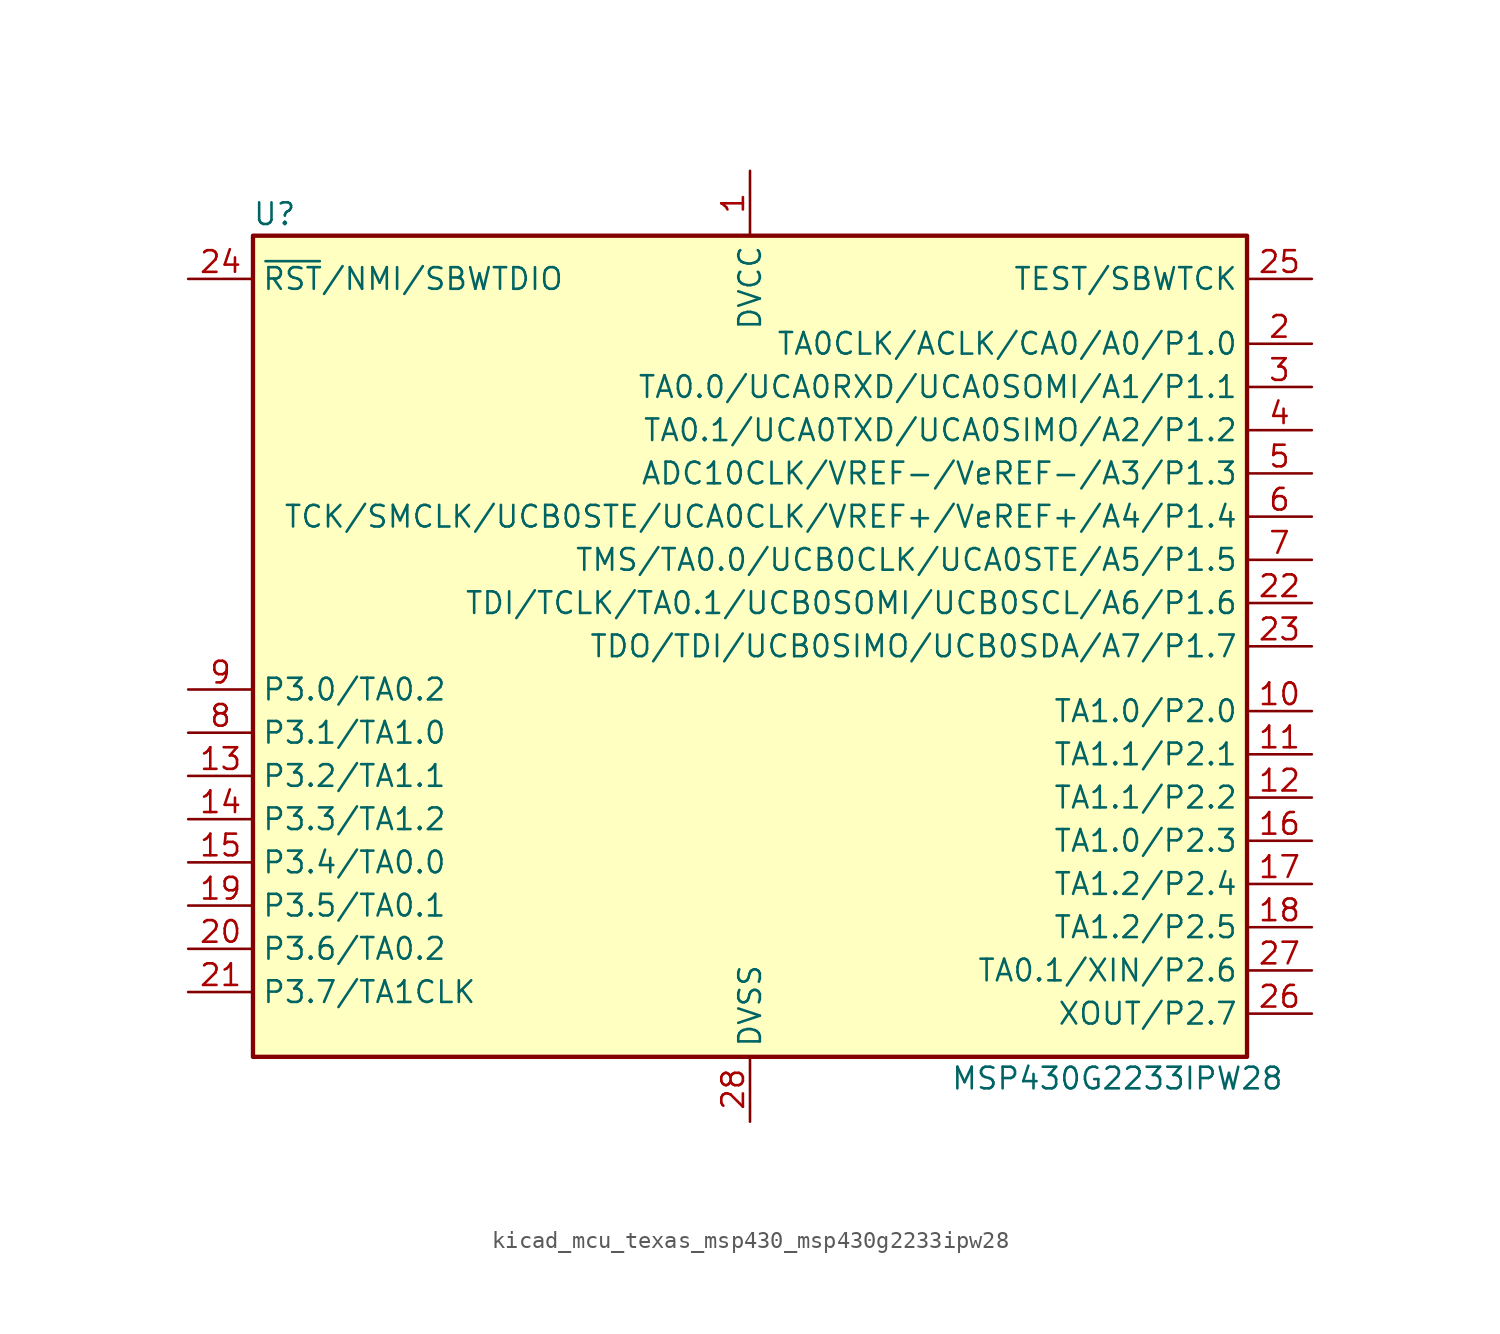
<source format=kicad_sym>
(kicad_symbol_lib
  (version 20220914)
  (generator kicad_symbol_editor)
  (symbol "kicad_mcu_texas_msp430_msp430g2233ipw28"
    (property "Reference" "U"
      (at -27.94 25.4 0)
      (effects (font (size 1.27 1.27))))
    (property "Value" "MSP430G2233IPW28"
      (at 21.59 -25.4 0)
      (effects (font (size 1.27 1.27))))
    (symbol "kicad_mcu_texas_msp430_msp430g2233ipw28_0_1"
      (rectangle (start -29.21 24.13) (end 29.21 -24.13) (stroke (width 0.254) (type default)) (fill (type background))))
    (symbol "kicad_mcu_texas_msp430_msp430g2233ipw28_1_1"
      (pin power_in line (at 0 27.94 270) (length 3.81) (name "DVCC" (effects (font (size 1.27 1.27)))) (number "1" (effects (font (size 1.27 1.27)))))
      (pin bidirectional line (at 33.02 -3.81 180) (length 3.81) (name "TA1.0/P2.0" (effects (font (size 1.27 1.27)))) (number "10" (effects (font (size 1.27 1.27)))))
      (pin bidirectional line (at 33.02 -6.35 180) (length 3.81) (name "TA1.1/P2.1" (effects (font (size 1.27 1.27)))) (number "11" (effects (font (size 1.27 1.27)))))
      (pin bidirectional line (at 33.02 -8.89 180) (length 3.81) (name "TA1.1/P2.2" (effects (font (size 1.27 1.27)))) (number "12" (effects (font (size 1.27 1.27)))))
      (pin bidirectional line (at -33.02 -7.62 0) (length 3.81) (name "P3.2/TA1.1" (effects (font (size 1.27 1.27)))) (number "13" (effects (font (size 1.27 1.27)))))
      (pin bidirectional line (at -33.02 -10.16 0) (length 3.81) (name "P3.3/TA1.2" (effects (font (size 1.27 1.27)))) (number "14" (effects (font (size 1.27 1.27)))))
      (pin bidirectional line (at -33.02 -12.7 0) (length 3.81) (name "P3.4/TA0.0" (effects (font (size 1.27 1.27)))) (number "15" (effects (font (size 1.27 1.27)))))
      (pin bidirectional line (at 33.02 -11.43 180) (length 3.81) (name "TA1.0/P2.3" (effects (font (size 1.27 1.27)))) (number "16" (effects (font (size 1.27 1.27)))))
      (pin bidirectional line (at 33.02 -13.97 180) (length 3.81) (name "TA1.2/P2.4" (effects (font (size 1.27 1.27)))) (number "17" (effects (font (size 1.27 1.27)))))
      (pin bidirectional line (at 33.02 -16.51 180) (length 3.81) (name "TA1.2/P2.5" (effects (font (size 1.27 1.27)))) (number "18" (effects (font (size 1.27 1.27)))))
      (pin bidirectional line (at -33.02 -15.24 0) (length 3.81) (name "P3.5/TA0.1" (effects (font (size 1.27 1.27)))) (number "19" (effects (font (size 1.27 1.27)))))
      (pin bidirectional line (at 33.02 17.78 180) (length 3.81) (name "TA0CLK/ACLK/CA0/A0/P1.0" (effects (font (size 1.27 1.27)))) (number "2" (effects (font (size 1.27 1.27)))))
      (pin bidirectional line (at -33.02 -17.78 0) (length 3.81) (name "P3.6/TA0.2" (effects (font (size 1.27 1.27)))) (number "20" (effects (font (size 1.27 1.27)))))
      (pin bidirectional line (at -33.02 -20.32 0) (length 3.81) (name "P3.7/TA1CLK" (effects (font (size 1.27 1.27)))) (number "21" (effects (font (size 1.27 1.27)))))
      (pin bidirectional line (at 33.02 2.54 180) (length 3.81) (name "TDI/TCLK/TA0.1/UCB0SOMI/UCB0SCL/A6/P1.6" (effects (font (size 1.27 1.27)))) (number "22" (effects (font (size 1.27 1.27)))))
      (pin bidirectional line (at 33.02 0 180) (length 3.81) (name "TDO/TDI/UCB0SIMO/UCB0SDA/A7/P1.7" (effects (font (size 1.27 1.27)))) (number "23" (effects (font (size 1.27 1.27)))))
      (pin input line (at -33.02 21.59 0) (length 3.81) (name "~{RST}/NMI/SBWTDIO" (effects (font (size 1.27 1.27)))) (number "24" (effects (font (size 1.27 1.27)))))
      (pin input line (at 33.02 21.59 180) (length 3.81) (name "TEST/SBWTCK" (effects (font (size 1.27 1.27)))) (number "25" (effects (font (size 1.27 1.27)))))
      (pin bidirectional line (at 33.02 -21.59 180) (length 3.81) (name "XOUT/P2.7" (effects (font (size 1.27 1.27)))) (number "26" (effects (font (size 1.27 1.27)))))
      (pin bidirectional line (at 33.02 -19.05 180) (length 3.81) (name "TA0.1/XIN/P2.6" (effects (font (size 1.27 1.27)))) (number "27" (effects (font (size 1.27 1.27)))))
      (pin power_in line (at 0 -27.94 90) (length 3.81) (name "DVSS" (effects (font (size 1.27 1.27)))) (number "28" (effects (font (size 1.27 1.27)))))
      (pin bidirectional line (at 33.02 15.24 180) (length 3.81) (name "TA0.0/UCA0RXD/UCA0SOMI/A1/P1.1" (effects (font (size 1.27 1.27)))) (number "3" (effects (font (size 1.27 1.27)))))
      (pin bidirectional line (at 33.02 12.7 180) (length 3.81) (name "TA0.1/UCA0TXD/UCA0SIMO/A2/P1.2" (effects (font (size 1.27 1.27)))) (number "4" (effects (font (size 1.27 1.27)))))
      (pin bidirectional line (at 33.02 10.16 180) (length 3.81) (name "ADC10CLK/VREF-/VeREF-/A3/P1.3" (effects (font (size 1.27 1.27)))) (number "5" (effects (font (size 1.27 1.27)))))
      (pin bidirectional line (at 33.02 7.62 180) (length 3.81) (name "TCK/SMCLK/UCB0STE/UCA0CLK/VREF+/VeREF+/A4/P1.4" (effects (font (size 1.27 1.27)))) (number "6" (effects (font (size 1.27 1.27)))))
      (pin bidirectional line (at 33.02 5.08 180) (length 3.81) (name "TMS/TA0.0/UCB0CLK/UCA0STE/A5/P1.5" (effects (font (size 1.27 1.27)))) (number "7" (effects (font (size 1.27 1.27)))))
      (pin bidirectional line (at -33.02 -5.08 0) (length 3.81) (name "P3.1/TA1.0" (effects (font (size 1.27 1.27)))) (number "8" (effects (font (size 1.27 1.27)))))
      (pin bidirectional line (at -33.02 -2.54 0) (length 3.81) (name "P3.0/TA0.2" (effects (font (size 1.27 1.27)))) (number "9" (effects (font (size 1.27 1.27))))))))
</source>
